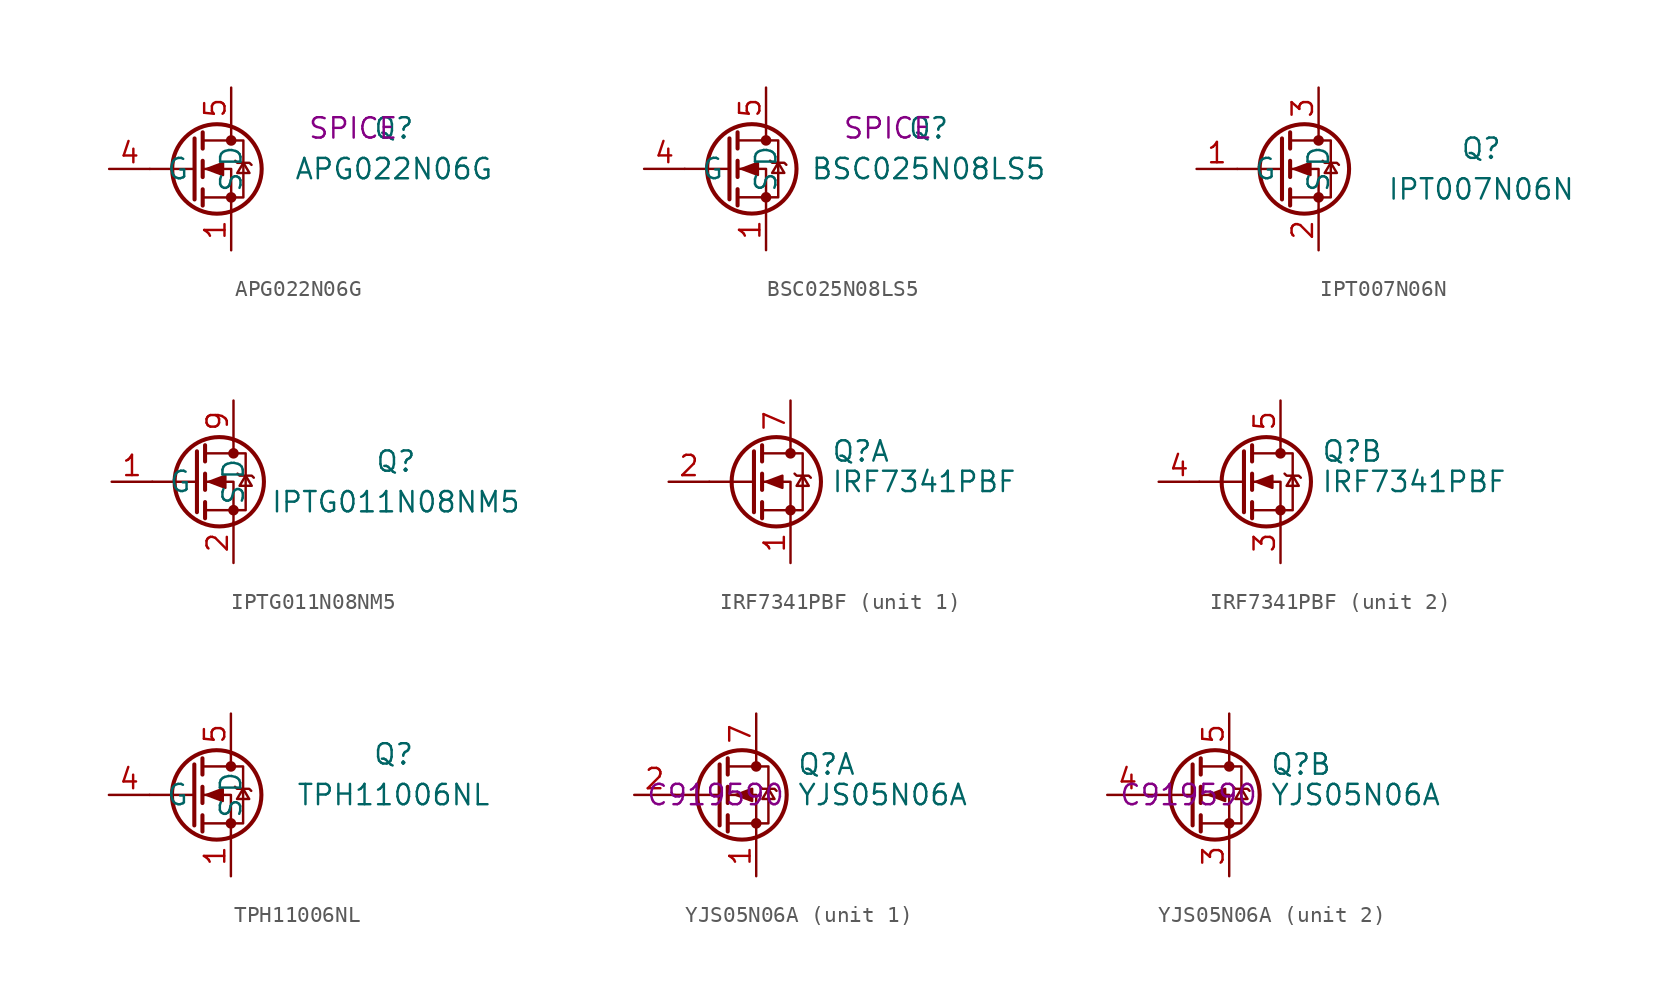
<source format=kicad_sym>
(kicad_symbol_lib
  (version 20231120)
  (generator "kicad_symbol_editor")
  (generator_version "8.0")
  (symbol "APG022N06G"
    (pin_names
      (offset 1.016))
    (property "Reference" "Q"
      (at 10.16 2.54 0)
      (effects (font (size 1.27 1.27))))
    (property "Value" "APG022N06G"
      (at 10.16 0 0)
      (effects (font (size 1.27 1.27))))
    (property "Sim.Device" "SPICE"
      (at 7.62 2.54 0)
      (effects (font (size 1.27 1.27))))
    (symbol "APG022N06G_1_1"
      (circle (center -0.889 0) (radius 2.794) (stroke (width 0.254) (type default)) (fill (type none)))
      (circle (center 0 -1.778) (radius 0.254) (stroke (width 0) (type default)) (fill (type outline)))
      (polyline (pts (xy -2.286 0) (xy -5.08 0)) (stroke (width 0) (type default)) (fill (type none)))
      (polyline (pts (xy -2.286 1.905) (xy -2.286 -1.905)) (stroke (width 0.254) (type default)) (fill (type none)))
      (polyline (pts (xy -1.778 -1.27) (xy -1.778 -2.286)) (stroke (width 0.254) (type default)) (fill (type none)))
      (polyline (pts (xy -1.778 0.508) (xy -1.778 -0.508)) (stroke (width 0.254) (type default)) (fill (type none)))
      (polyline (pts (xy -1.778 2.286) (xy -1.778 1.27)) (stroke (width 0.254) (type default)) (fill (type none)))
      (polyline (pts (xy 0 2.54) (xy 0 1.778)) (stroke (width 0) (type default)) (fill (type none)))
      (polyline (pts (xy 0 -2.54) (xy 0 0) (xy -1.778 0)) (stroke (width 0) (type default)) (fill (type none)))
      (polyline (pts (xy -1.778 -1.778) (xy 0.762 -1.778) (xy 0.762 1.778) (xy -1.778 1.778)) (stroke (width 0) (type default)) (fill (type none)))
      (polyline (pts (xy -1.524 0) (xy -0.508 0.381) (xy -0.508 -0.381) (xy -1.524 0)) (stroke (width 0) (type default)) (fill (type outline)))
      (polyline (pts (xy 0.254 0.508) (xy 0.381 0.381) (xy 1.143 0.381) (xy 1.27 0.254)) (stroke (width 0) (type default)) (fill (type none)))
      (polyline (pts (xy 0.762 0.381) (xy 0.381 -0.254) (xy 1.143 -0.254) (xy 0.762 0.381)) (stroke (width 0) (type default)) (fill (type none)))
      (circle (center 0 1.778) (radius 0.254) (stroke (width 0) (type default)) (fill (type outline)))
      (pin passive line (at 0 -5.08 90) (length 2.54) (name "S" (effects (font (size 1.27 1.27)))) (number "1" (effects (font (size 1.27 1.27)))))
      (pin passive line (at 0 -5.08 90) (length 2.54) hide (name "S" (effects (font (size 1.27 1.27)))) (number "2" (effects (font (size 1.27 1.27)))))
      (pin passive line (at 0 -5.08 90) (length 2.54) hide (name "S" (effects (font (size 1.27 1.27)))) (number "3" (effects (font (size 1.27 1.27)))))
      (pin input line (at -7.62 0 0) (length 2.54) (name "G" (effects (font (size 1.27 1.27)))) (number "4" (effects (font (size 1.27 1.27)))))
      (pin passive line (at 0 5.08 270) (length 2.54) (name "D" (effects (font (size 1.27 1.27)))) (number "5" (effects (font (size 1.27 1.27)))))
      (pin passive line (at 0 5.08 270) (length 2.54) hide (name "D" (effects (font (size 1.27 1.27)))) (number "6" (effects (font (size 1.27 1.27)))))
      (pin passive line (at 0 5.08 270) (length 2.54) hide (name "D" (effects (font (size 1.27 1.27)))) (number "7" (effects (font (size 1.27 1.27)))))
      (pin passive line (at 0 5.08 270) (length 2.54) hide (name "D" (effects (font (size 1.27 1.27)))) (number "8" (effects (font (size 1.27 1.27)))))))
  (symbol "BSC025N08LS5"
    (pin_names
      (offset 1.016))
    (property "Reference" "Q"
      (at 10.16 2.54 0)
      (effects (font (size 1.27 1.27))))
    (property "Value" "BSC025N08LS5"
      (at 10.16 0 0)
      (effects (font (size 1.27 1.27))))
    (property "Sim.Device" "SPICE"
      (at 7.62 2.54 0)
      (effects (font (size 1.27 1.27))))
    (symbol "BSC025N08LS5_1_1"
      (circle (center -0.889 0) (radius 2.794) (stroke (width 0.254) (type default)) (fill (type none)))
      (circle (center 0 -1.778) (radius 0.254) (stroke (width 0) (type default)) (fill (type outline)))
      (polyline (pts (xy -2.286 0) (xy -5.08 0)) (stroke (width 0) (type default)) (fill (type none)))
      (polyline (pts (xy -2.286 1.905) (xy -2.286 -1.905)) (stroke (width 0.254) (type default)) (fill (type none)))
      (polyline (pts (xy -1.778 -1.27) (xy -1.778 -2.286)) (stroke (width 0.254) (type default)) (fill (type none)))
      (polyline (pts (xy -1.778 0.508) (xy -1.778 -0.508)) (stroke (width 0.254) (type default)) (fill (type none)))
      (polyline (pts (xy -1.778 2.286) (xy -1.778 1.27)) (stroke (width 0.254) (type default)) (fill (type none)))
      (polyline (pts (xy 0 2.54) (xy 0 1.778)) (stroke (width 0) (type default)) (fill (type none)))
      (polyline (pts (xy 0 -2.54) (xy 0 0) (xy -1.778 0)) (stroke (width 0) (type default)) (fill (type none)))
      (polyline (pts (xy -1.778 -1.778) (xy 0.762 -1.778) (xy 0.762 1.778) (xy -1.778 1.778)) (stroke (width 0) (type default)) (fill (type none)))
      (polyline (pts (xy -1.524 0) (xy -0.508 0.381) (xy -0.508 -0.381) (xy -1.524 0)) (stroke (width 0) (type default)) (fill (type outline)))
      (polyline (pts (xy 0.254 0.508) (xy 0.381 0.381) (xy 1.143 0.381) (xy 1.27 0.254)) (stroke (width 0) (type default)) (fill (type none)))
      (polyline (pts (xy 0.762 0.381) (xy 0.381 -0.254) (xy 1.143 -0.254) (xy 0.762 0.381)) (stroke (width 0) (type default)) (fill (type none)))
      (circle (center 0 1.778) (radius 0.254) (stroke (width 0) (type default)) (fill (type outline)))
      (pin passive line (at 0 -5.08 90) (length 2.54) (name "S" (effects (font (size 1.27 1.27)))) (number "1" (effects (font (size 1.27 1.27)))))
      (pin passive line (at 0 -5.08 90) (length 2.54) hide (name "S" (effects (font (size 1.27 1.27)))) (number "2" (effects (font (size 1.27 1.27)))))
      (pin passive line (at 0 -5.08 90) (length 2.54) hide (name "S" (effects (font (size 1.27 1.27)))) (number "3" (effects (font (size 1.27 1.27)))))
      (pin input line (at -7.62 0 0) (length 2.54) (name "G" (effects (font (size 1.27 1.27)))) (number "4" (effects (font (size 1.27 1.27)))))
      (pin passive line (at 0 5.08 270) (length 2.54) (name "D" (effects (font (size 1.27 1.27)))) (number "5" (effects (font (size 1.27 1.27)))))
      (pin passive line (at 0 5.08 270) (length 2.54) hide (name "D" (effects (font (size 1.27 1.27)))) (number "6" (effects (font (size 1.27 1.27)))))
      (pin passive line (at 0 5.08 270) (length 2.54) hide (name "D" (effects (font (size 1.27 1.27)))) (number "7" (effects (font (size 1.27 1.27)))))
      (pin passive line (at 0 5.08 270) (length 2.54) hide (name "D" (effects (font (size 1.27 1.27)))) (number "8" (effects (font (size 1.27 1.27)))))))
  (symbol "IPT007N06N"
    (pin_names
      (offset 1.016))
    (property "Reference" "Q"
      (at 10.16 1.27 0)
      (effects (font (size 1.27 1.27))))
    (property "Value" "IPT007N06N"
      (at 10.16 -1.27 0)
      (effects (font (size 1.27 1.27))))
    (symbol "IPT007N06N_1_1"
      (circle (center -0.889 0) (radius 2.794) (stroke (width 0.254) (type default)) (fill (type none)))
      (circle (center 0 -1.778) (radius 0.254) (stroke (width 0) (type default)) (fill (type outline)))
      (polyline (pts (xy -2.286 0) (xy -5.08 0)) (stroke (width 0) (type default)) (fill (type none)))
      (polyline (pts (xy -2.286 1.905) (xy -2.286 -1.905)) (stroke (width 0.254) (type default)) (fill (type none)))
      (polyline (pts (xy -1.778 -1.27) (xy -1.778 -2.286)) (stroke (width 0.254) (type default)) (fill (type none)))
      (polyline (pts (xy -1.778 0.508) (xy -1.778 -0.508)) (stroke (width 0.254) (type default)) (fill (type none)))
      (polyline (pts (xy -1.778 2.286) (xy -1.778 1.27)) (stroke (width 0.254) (type default)) (fill (type none)))
      (polyline (pts (xy 0 2.54) (xy 0 1.778)) (stroke (width 0) (type default)) (fill (type none)))
      (polyline (pts (xy 0 -2.54) (xy 0 0) (xy -1.778 0)) (stroke (width 0) (type default)) (fill (type none)))
      (polyline (pts (xy -1.778 -1.778) (xy 0.762 -1.778) (xy 0.762 1.778) (xy -1.778 1.778)) (stroke (width 0) (type default)) (fill (type none)))
      (polyline (pts (xy -1.524 0) (xy -0.508 0.381) (xy -0.508 -0.381) (xy -1.524 0)) (stroke (width 0) (type default)) (fill (type outline)))
      (polyline (pts (xy 0.254 0.508) (xy 0.381 0.381) (xy 1.143 0.381) (xy 1.27 0.254)) (stroke (width 0) (type default)) (fill (type none)))
      (polyline (pts (xy 0.762 0.381) (xy 0.381 -0.254) (xy 1.143 -0.254) (xy 0.762 0.381)) (stroke (width 0) (type default)) (fill (type none)))
      (circle (center 0 1.778) (radius 0.254) (stroke (width 0) (type default)) (fill (type outline)))
      (pin input line (at -7.62 0 0) (length 2.54) (name "G" (effects (font (size 1.27 1.27)))) (number "1" (effects (font (size 1.27 1.27)))))
      (pin passive line (at 0 -5.08 90) (length 2.54) (name "S" (effects (font (size 1.27 1.27)))) (number "2" (effects (font (size 1.27 1.27)))))
      (pin passive line (at 0 5.08 270) (length 2.54) (name "D" (effects (font (size 1.27 1.27)))) (number "3" (effects (font (size 1.27 1.27)))))))
  (symbol "IPTG011N08NM5"
    (pin_names
      (offset 1.016))
    (property "Reference" "Q"
      (at 10.16 1.27 0)
      (effects (font (size 1.27 1.27))))
    (property "Value" "IPTG011N08NM5"
      (at 10.16 -1.27 0)
      (effects (font (size 1.27 1.27))))
    (symbol "IPTG011N08NM5_1_1"
      (circle (center -0.889 0) (radius 2.794) (stroke (width 0.254) (type default)) (fill (type none)))
      (circle (center 0 -1.778) (radius 0.254) (stroke (width 0) (type default)) (fill (type outline)))
      (polyline (pts (xy -2.286 0) (xy -5.08 0)) (stroke (width 0) (type default)) (fill (type none)))
      (polyline (pts (xy -2.286 1.905) (xy -2.286 -1.905)) (stroke (width 0.254) (type default)) (fill (type none)))
      (polyline (pts (xy -1.778 -1.27) (xy -1.778 -2.286)) (stroke (width 0.254) (type default)) (fill (type none)))
      (polyline (pts (xy -1.778 0.508) (xy -1.778 -0.508)) (stroke (width 0.254) (type default)) (fill (type none)))
      (polyline (pts (xy -1.778 2.286) (xy -1.778 1.27)) (stroke (width 0.254) (type default)) (fill (type none)))
      (polyline (pts (xy 0 2.54) (xy 0 1.778)) (stroke (width 0) (type default)) (fill (type none)))
      (polyline (pts (xy 0 -2.54) (xy 0 0) (xy -1.778 0)) (stroke (width 0) (type default)) (fill (type none)))
      (polyline (pts (xy -1.778 -1.778) (xy 0.762 -1.778) (xy 0.762 1.778) (xy -1.778 1.778)) (stroke (width 0) (type default)) (fill (type none)))
      (polyline (pts (xy -1.524 0) (xy -0.508 0.381) (xy -0.508 -0.381) (xy -1.524 0)) (stroke (width 0) (type default)) (fill (type outline)))
      (polyline (pts (xy 0.254 0.508) (xy 0.381 0.381) (xy 1.143 0.381) (xy 1.27 0.254)) (stroke (width 0) (type default)) (fill (type none)))
      (polyline (pts (xy 0.762 0.381) (xy 0.381 -0.254) (xy 1.143 -0.254) (xy 0.762 0.381)) (stroke (width 0) (type default)) (fill (type none)))
      (circle (center 0 1.778) (radius 0.254) (stroke (width 0) (type default)) (fill (type outline)))
      (pin input line (at -7.62 0 0) (length 2.54) (name "G" (effects (font (size 1.27 1.27)))) (number "1" (effects (font (size 1.27 1.27)))))
      (pin passive line (at 0 -5.08 90) (length 2.54) (name "S" (effects (font (size 1.27 1.27)))) (number "2" (effects (font (size 1.27 1.27)))))
      (pin passive line (at 0 -5.08 90) (length 2.54) hide (name "S" (effects (font (size 1.27 1.27)))) (number "3" (effects (font (size 1.27 1.27)))))
      (pin passive line (at 0 -5.08 90) (length 2.54) hide (name "S" (effects (font (size 1.27 1.27)))) (number "4" (effects (font (size 1.27 1.27)))))
      (pin passive line (at 0 -5.08 90) (length 2.54) hide (name "S" (effects (font (size 1.27 1.27)))) (number "5" (effects (font (size 1.27 1.27)))))
      (pin passive line (at 0 -5.08 90) (length 2.54) hide (name "S" (effects (font (size 1.27 1.27)))) (number "6" (effects (font (size 1.27 1.27)))))
      (pin passive line (at 0 -5.08 90) (length 2.54) hide (name "S" (effects (font (size 1.27 1.27)))) (number "7" (effects (font (size 1.27 1.27)))))
      (pin passive line (at 0 -5.08 90) (length 2.54) hide (name "S" (effects (font (size 1.27 1.27)))) (number "8" (effects (font (size 1.27 1.27)))))
      (pin passive line (at 0 5.08 270) (length 2.54) (name "D" (effects (font (size 1.27 1.27)))) (number "9" (effects (font (size 1.27 1.27)))))))
  (symbol "IRF7341PBF"
    (pin_names hide)
    (property "Reference" "Q"
      (at 5.08 1.905 0)
      (effects (font (size 1.27 1.27)) (justify left)))
    (property "Value" "IRF7341PBF"
      (at 5.08 0 0)
      (effects (font (size 1.27 1.27)) (justify left)))
    (symbol "IRF7341PBF_0_1"
      (polyline (pts (xy 0.254 0) (xy -2.54 0)) (stroke (width 0) (type default)) (fill (type none)))
      (polyline (pts (xy 0.254 1.905) (xy 0.254 -1.905)) (stroke (width 0.254) (type default)) (fill (type none)))
      (polyline (pts (xy 0.762 -1.27) (xy 0.762 -2.286)) (stroke (width 0.254) (type default)) (fill (type none)))
      (polyline (pts (xy 0.762 0.508) (xy 0.762 -0.508)) (stroke (width 0.254) (type default)) (fill (type none)))
      (polyline (pts (xy 0.762 2.286) (xy 0.762 1.27)) (stroke (width 0.254) (type default)) (fill (type none)))
      (polyline (pts (xy 2.54 2.54) (xy 2.54 1.778)) (stroke (width 0) (type default)) (fill (type none)))
      (polyline (pts (xy 2.54 -2.54) (xy 2.54 0) (xy 0.762 0)) (stroke (width 0) (type default)) (fill (type none)))
      (polyline (pts (xy 0.762 -1.778) (xy 3.302 -1.778) (xy 3.302 1.778) (xy 0.762 1.778)) (stroke (width 0) (type default)) (fill (type none)))
      (circle (center 1.651 0) (radius 2.794) (stroke (width 0.254) (type default)) (fill (type none)))
      (circle (center 2.54 -1.778) (radius 0.254) (stroke (width 0) (type default)) (fill (type outline)))
      (circle (center 2.54 1.778) (radius 0.254) (stroke (width 0) (type default)) (fill (type outline))))
    (symbol "IRF7341PBF_1_1"
      (polyline (pts (xy 1.016 0) (xy 2.032 0.381) (xy 2.032 -0.381) (xy 1.016 0)) (stroke (width 0) (type default)) (fill (type outline)))
      (polyline (pts (xy 2.794 0.508) (xy 2.921 0.381) (xy 3.683 0.381) (xy 3.81 0.254)) (stroke (width 0) (type default)) (fill (type none)))
      (polyline (pts (xy 3.302 0.381) (xy 2.921 -0.254) (xy 3.683 -0.254) (xy 3.302 0.381)) (stroke (width 0) (type default)) (fill (type none)))
      (pin passive line (at 2.54 -5.08 90) (length 2.54) (name "S" (effects (font (size 1.27 1.27)))) (number "1" (effects (font (size 1.27 1.27)))))
      (pin input line (at -5.08 0 0) (length 2.54) (name "G" (effects (font (size 1.27 1.27)))) (number "2" (effects (font (size 1.27 1.27)))))
      (pin passive line (at 2.54 5.08 270) (length 2.54) (name "D" (effects (font (size 1.27 1.27)))) (number "7" (effects (font (size 1.27 1.27)))))
      (pin passive line (at 2.54 5.08 270) (length 2.54) hide (name "D" (effects (font (size 1.27 1.27)))) (number "8" (effects (font (size 1.27 1.27))))))
    (symbol "IRF7341PBF_2_1"
      (polyline (pts (xy 1.016 0) (xy 2.032 0.381) (xy 2.032 -0.381) (xy 1.016 0)) (stroke (width 0) (type default)) (fill (type outline)))
      (polyline (pts (xy 2.794 0.508) (xy 2.921 0.381) (xy 3.683 0.381) (xy 3.81 0.254)) (stroke (width 0) (type default)) (fill (type none)))
      (polyline (pts (xy 3.302 0.381) (xy 2.921 -0.254) (xy 3.683 -0.254) (xy 3.302 0.381)) (stroke (width 0) (type default)) (fill (type none)))
      (pin passive line (at 2.54 -5.08 90) (length 2.54) (name "1" (effects (font (size 1.27 1.27)))) (number "3" (effects (font (size 1.27 1.27)))))
      (pin input line (at -5.08 0 0) (length 2.54) (name "G" (effects (font (size 1.27 1.27)))) (number "4" (effects (font (size 1.27 1.27)))))
      (pin passive line (at 2.54 5.08 270) (length 2.54) (name "D" (effects (font (size 1.27 1.27)))) (number "5" (effects (font (size 1.27 1.27)))))
      (pin passive line (at 2.54 5.08 270) (length 2.54) hide (name "D" (effects (font (size 1.27 1.27)))) (number "6" (effects (font (size 1.27 1.27)))))))
  (symbol "TPH11006NL"
    (pin_names
      (offset 1.016))
    (property "Reference" "Q"
      (at 10.16 2.54 0)
      (effects (font (size 1.27 1.27))))
    (property "Value" "TPH11006NL"
      (at 10.16 0 0)
      (effects (font (size 1.27 1.27))))
    (symbol "TPH11006NL_1_1"
      (circle (center -0.889 0) (radius 2.794) (stroke (width 0.254) (type default)) (fill (type none)))
      (circle (center 0 -1.778) (radius 0.254) (stroke (width 0) (type default)) (fill (type outline)))
      (polyline (pts (xy -2.286 0) (xy -5.08 0)) (stroke (width 0) (type default)) (fill (type none)))
      (polyline (pts (xy -2.286 1.905) (xy -2.286 -1.905)) (stroke (width 0.254) (type default)) (fill (type none)))
      (polyline (pts (xy -1.778 -1.27) (xy -1.778 -2.286)) (stroke (width 0.254) (type default)) (fill (type none)))
      (polyline (pts (xy -1.778 0.508) (xy -1.778 -0.508)) (stroke (width 0.254) (type default)) (fill (type none)))
      (polyline (pts (xy -1.778 2.286) (xy -1.778 1.27)) (stroke (width 0.254) (type default)) (fill (type none)))
      (polyline (pts (xy 0 2.54) (xy 0 1.778)) (stroke (width 0) (type default)) (fill (type none)))
      (polyline (pts (xy 0 -2.54) (xy 0 0) (xy -1.778 0)) (stroke (width 0) (type default)) (fill (type none)))
      (polyline (pts (xy -1.778 -1.778) (xy 0.762 -1.778) (xy 0.762 1.778) (xy -1.778 1.778)) (stroke (width 0) (type default)) (fill (type none)))
      (polyline (pts (xy -1.524 0) (xy -0.508 0.381) (xy -0.508 -0.381) (xy -1.524 0)) (stroke (width 0) (type default)) (fill (type outline)))
      (polyline (pts (xy 0.254 0.508) (xy 0.381 0.381) (xy 1.143 0.381) (xy 1.27 0.254)) (stroke (width 0) (type default)) (fill (type none)))
      (polyline (pts (xy 0.762 0.381) (xy 0.381 -0.254) (xy 1.143 -0.254) (xy 0.762 0.381)) (stroke (width 0) (type default)) (fill (type none)))
      (circle (center 0 1.778) (radius 0.254) (stroke (width 0) (type default)) (fill (type outline)))
      (pin passive line (at 0 -5.08 90) (length 2.54) (name "S" (effects (font (size 1.27 1.27)))) (number "1" (effects (font (size 1.27 1.27)))))
      (pin passive line (at 0 -5.08 90) (length 2.54) hide (name "S" (effects (font (size 1.27 1.27)))) (number "2" (effects (font (size 1.27 1.27)))))
      (pin passive line (at 0 -5.08 90) (length 2.54) hide (name "S" (effects (font (size 1.27 1.27)))) (number "3" (effects (font (size 1.27 1.27)))))
      (pin input line (at -7.62 0 0) (length 2.54) (name "G" (effects (font (size 1.27 1.27)))) (number "4" (effects (font (size 1.27 1.27)))))
      (pin passive line (at 0 5.08 270) (length 2.54) (name "D" (effects (font (size 1.27 1.27)))) (number "5" (effects (font (size 1.27 1.27)))))
      (pin passive line (at 0 5.08 270) (length 2.54) hide (name "D" (effects (font (size 1.27 1.27)))) (number "6" (effects (font (size 1.27 1.27)))))
      (pin passive line (at 0 5.08 270) (length 2.54) hide (name "D" (effects (font (size 1.27 1.27)))) (number "7" (effects (font (size 1.27 1.27)))))
      (pin passive line (at 0 5.08 270) (length 2.54) hide (name "D" (effects (font (size 1.27 1.27)))) (number "8" (effects (font (size 1.27 1.27)))))))
  (symbol "YJS05N06A"
    (pin_names hide)
    (property "Reference" "Q"
      (at 5.08 1.905 0)
      (effects (font (size 1.27 1.27)) (justify left)))
    (property "Value" "YJS05N06A"
      (at 5.08 0 0)
      (effects (font (size 1.27 1.27)) (justify left)))
    (property "LCSC" "C919590"
      (at 0 0 0)
      (effects (font (size 1.27 1.27))))
    (symbol "YJS05N06A_0_1"
      (polyline (pts (xy 0.254 0) (xy -2.54 0)) (stroke (width 0) (type default)) (fill (type none)))
      (polyline (pts (xy 0.254 1.905) (xy 0.254 -1.905)) (stroke (width 0.254) (type default)) (fill (type none)))
      (polyline (pts (xy 0.762 -1.27) (xy 0.762 -2.286)) (stroke (width 0.254) (type default)) (fill (type none)))
      (polyline (pts (xy 0.762 0.508) (xy 0.762 -0.508)) (stroke (width 0.254) (type default)) (fill (type none)))
      (polyline (pts (xy 0.762 2.286) (xy 0.762 1.27)) (stroke (width 0.254) (type default)) (fill (type none)))
      (polyline (pts (xy 2.54 2.54) (xy 2.54 1.778)) (stroke (width 0) (type default)) (fill (type none)))
      (polyline (pts (xy 2.54 -2.54) (xy 2.54 0) (xy 0.762 0)) (stroke (width 0) (type default)) (fill (type none)))
      (polyline (pts (xy 0.762 1.778) (xy 3.302 1.778) (xy 3.302 -1.778) (xy 0.762 -1.778)) (stroke (width 0) (type default)) (fill (type none)))
      (polyline (pts (xy 1.27 0) (xy 2.286 0.381) (xy 2.286 -0.381) (xy 1.27 0)) (stroke (width 0) (type default)) (fill (type outline)))
      (polyline (pts (xy 2.794 0.508) (xy 2.921 0.381) (xy 3.683 0.381) (xy 3.81 0.254)) (stroke (width 0) (type default)) (fill (type none)))
      (polyline (pts (xy 3.302 0.381) (xy 2.921 -0.254) (xy 3.683 -0.254) (xy 3.302 0.381)) (stroke (width 0) (type default)) (fill (type none)))
      (circle (center 1.651 0) (radius 2.794) (stroke (width 0.254) (type default)) (fill (type none)))
      (circle (center 2.54 -1.778) (radius 0.254) (stroke (width 0) (type default)) (fill (type outline)))
      (circle (center 2.54 1.778) (radius 0.254) (stroke (width 0) (type default)) (fill (type outline))))
    (symbol "YJS05N06A_1_1"
      (pin passive line (at 2.54 -5.08 90) (length 2.54) (name "S1" (effects (font (size 1.27 1.27)))) (number "1" (effects (font (size 1.27 1.27)))))
      (pin input line (at -5.08 0 0) (length 2.54) (name "G1" (effects (font (size 1.27 1.27)))) (number "2" (effects (font (size 1.27 1.27)))))
      (pin passive line (at 2.54 5.08 270) (length 2.54) (name "D1" (effects (font (size 1.27 1.27)))) (number "7" (effects (font (size 1.27 1.27)))))
      (pin passive line (at 2.54 5.08 270) (length 2.54) hide (name "D1" (effects (font (size 1.27 1.27)))) (number "8" (effects (font (size 1.27 1.27))))))
    (symbol "YJS05N06A_2_1"
      (pin passive line (at 2.54 -5.08 90) (length 2.54) (name "S2" (effects (font (size 1.27 1.27)))) (number "3" (effects (font (size 1.27 1.27)))))
      (pin input line (at -5.08 0 0) (length 2.54) (name "G2" (effects (font (size 1.27 1.27)))) (number "4" (effects (font (size 1.27 1.27)))))
      (pin passive line (at 2.54 5.08 270) (length 2.54) (name "D2" (effects (font (size 1.27 1.27)))) (number "5" (effects (font (size 1.27 1.27)))))
      (pin passive line (at 2.54 5.08 270) (length 2.54) hide (name "D2" (effects (font (size 1.27 1.27)))) (number "6" (effects (font (size 1.27 1.27))))))))
</source>
